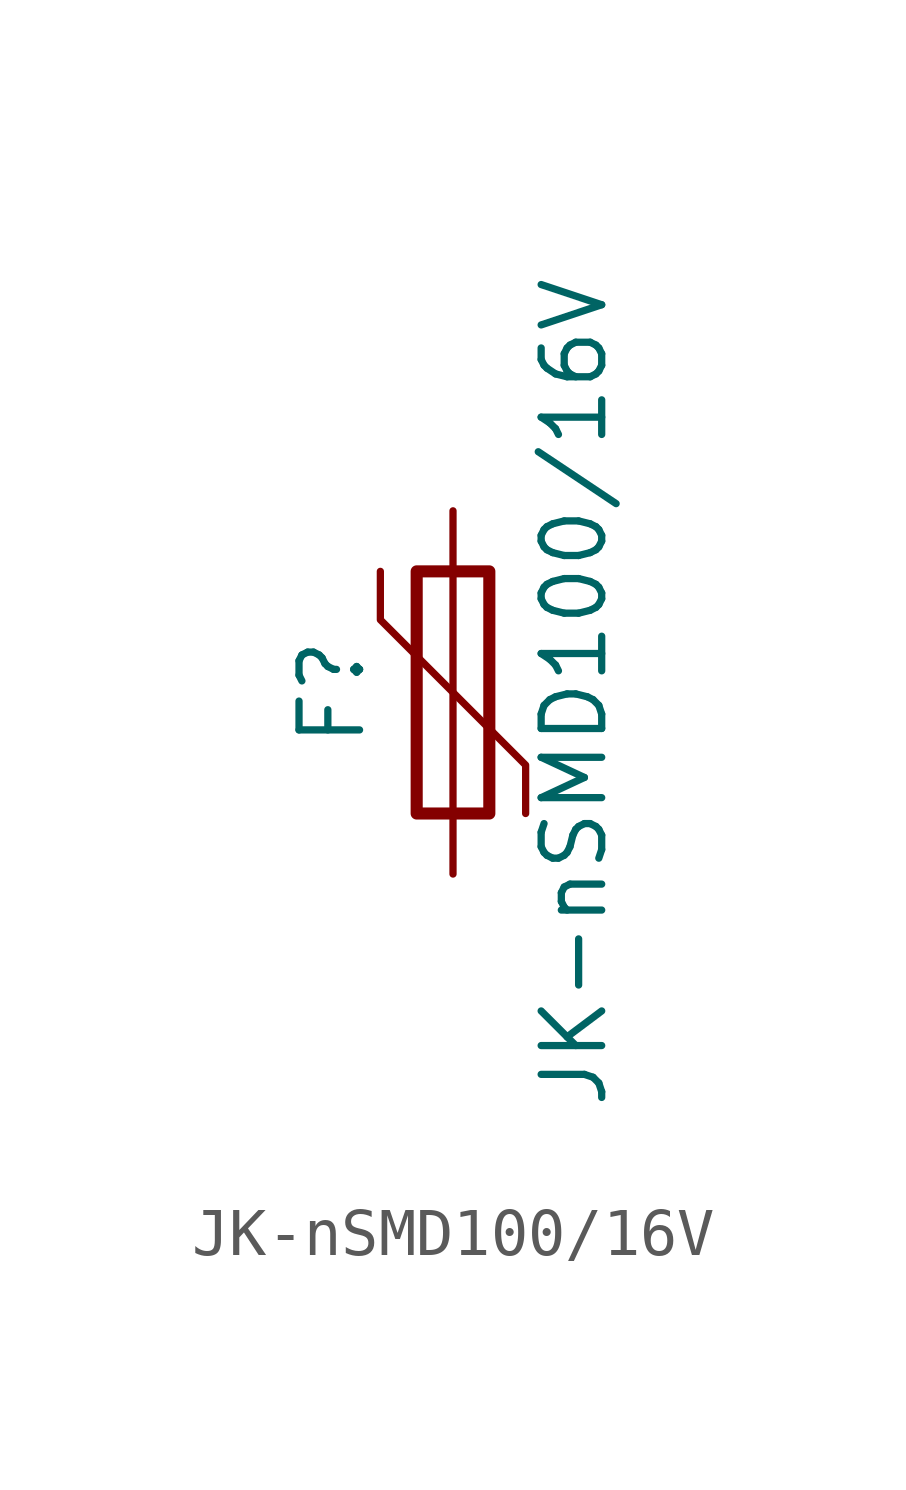
<source format=kicad_sym>
(kicad_symbol_lib
  (version 20241209)
  (generator "kicad_symbol_editor")
  (generator_version "9.0")
  (symbol "JK-nSMD100/16V"
    (pin_numbers
      (hide yes))
    (pin_names
      (offset 0))
    (property "Reference" "F"
      (at -2.54 0 90)
      (effects (font (size 1.27 1.27))))
    (property "Value" "JK-nSMD100/16V"
      (at 2.54 0 90)
      (effects (font (size 1.27 1.27))))
    (symbol "JK-nSMD100/16V_0_1"
      (polyline (pts (xy -1.524 2.54) (xy -1.524 1.524) (xy 1.524 -1.524) (xy 1.524 -2.54)) (stroke (width 0) (type default)) (fill (type none)))
      (rectangle (start -0.762 2.54) (end 0.762 -2.54) (stroke (width 0.254) (type default)) (fill (type none)))
      (polyline (pts (xy 0 2.54) (xy 0 -2.54)) (stroke (width 0) (type default)) (fill (type none))))
    (symbol "JK-nSMD100/16V_1_1"
      (pin passive line (at 0 3.81 270) (length 1.27) (name "~" (effects (font (size 1.27 1.27)))) (number "1" (effects (font (size 1.27 1.27)))))
      (pin passive line (at 0 -3.81 90) (length 1.27) (name "~" (effects (font (size 1.27 1.27)))) (number "2" (effects (font (size 1.27 1.27))))))))
</source>
